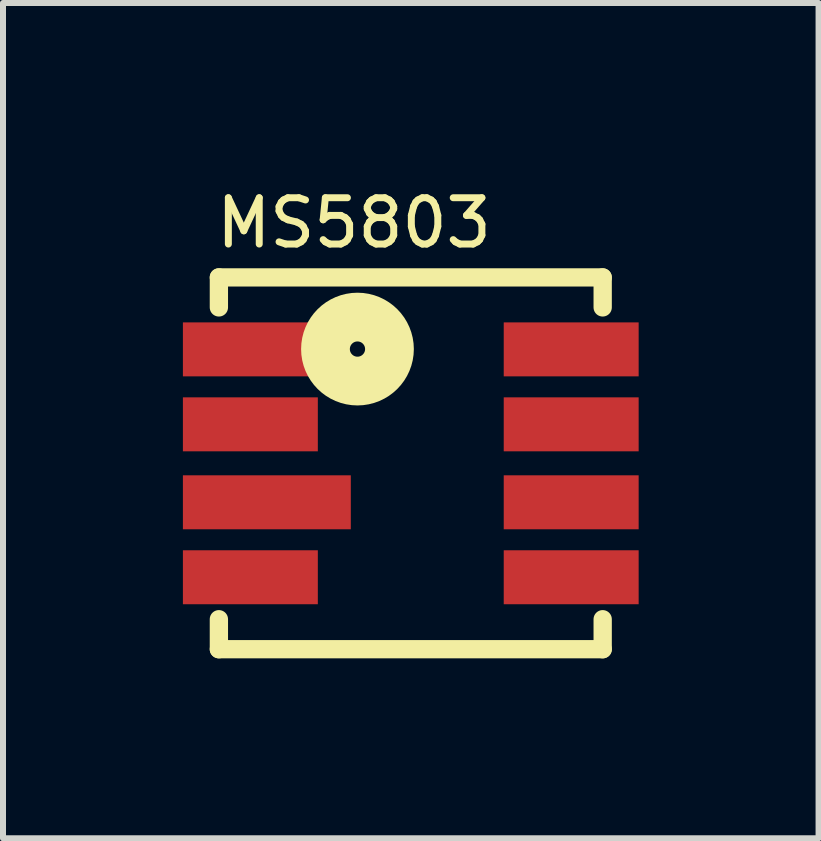
<source format=kicad_pcb>
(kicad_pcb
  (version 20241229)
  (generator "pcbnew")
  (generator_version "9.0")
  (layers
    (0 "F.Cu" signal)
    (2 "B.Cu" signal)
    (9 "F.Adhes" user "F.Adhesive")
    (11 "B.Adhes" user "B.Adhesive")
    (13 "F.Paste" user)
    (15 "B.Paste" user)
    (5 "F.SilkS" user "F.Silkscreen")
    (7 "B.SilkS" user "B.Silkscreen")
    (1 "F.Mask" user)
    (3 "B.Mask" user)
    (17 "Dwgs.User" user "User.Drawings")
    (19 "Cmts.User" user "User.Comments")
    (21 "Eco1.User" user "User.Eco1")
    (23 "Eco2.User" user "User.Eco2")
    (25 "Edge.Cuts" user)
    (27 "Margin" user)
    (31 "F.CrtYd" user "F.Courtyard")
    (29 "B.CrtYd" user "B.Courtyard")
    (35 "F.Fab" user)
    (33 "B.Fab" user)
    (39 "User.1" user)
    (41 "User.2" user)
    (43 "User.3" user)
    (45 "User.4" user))
  (footprint "MS5803"
    (layer "F.Cu")
    (at 3.8 4.676)
    (property "Reference" "MS5803" (at -3.302 -3.556 180) (layer "F.SilkS") (effects (font (size 0.772 0.772) (thickness 0.116)) (justify left bottom)))
    (attr through_hole)
    (fp_line (start -3.2 -3.1) (end -3.2 -2.6) (stroke (width 0.305) (type solid)) (layer "F.SilkS"))
    (fp_line (start -3.2 -3.1) (end 3.2 -3.1) (stroke (width 0.305) (type solid)) (layer "F.SilkS"))
    (fp_line (start -3.2 3.1) (end -3.2 2.6) (stroke (width 0.305) (type solid)) (layer "F.SilkS"))
    (fp_line (start 3.2 -3.1) (end 3.2 -2.6) (stroke (width 0.305) (type solid)) (layer "F.SilkS"))
    (fp_line (start 3.2 3.1) (end -3.2 3.1) (stroke (width 0.305) (type solid)) (layer "F.SilkS"))
    (fp_line (start 3.2 3.1) (end 3.2 2.6) (stroke (width 0.305) (type solid)) (layer "F.SilkS"))
    (fp_circle (center -0.889 -1.905) (end -0.762 -1.905) (stroke (width 0.813) (type solid)) (fill no) (layer "F.SilkS"))
    (pad "1" smd rect (at -2.675 -1.9 90) (size 0.9 2.25) (layers "F.Cu" "F.Mask" "F.Paste"))
    (pad "2" smd rect (at -2.675 -0.65 90) (size 0.9 2.25) (layers "F.Cu" "F.Mask" "F.Paste"))
    (pad "3" smd rect (at -2.4 0.65 90) (size 0.9 2.8) (layers "F.Cu" "F.Mask" "F.Paste"))
    (pad "4" smd rect (at -2.675 1.9 90) (size 0.9 2.25) (layers "F.Cu" "F.Mask" "F.Paste"))
    (pad "5" smd rect (at 2.675 1.9 90) (size 0.9 2.25) (layers "F.Cu" "F.Mask" "F.Paste"))
    (pad "6" smd rect (at 2.675 0.65 90) (size 0.9 2.25) (layers "F.Cu" "F.Mask" "F.Paste"))
    (pad "7" smd rect (at 2.675 -0.65 90) (size 0.9 2.25) (layers "F.Cu" "F.Mask" "F.Paste"))
    (pad "8" smd rect (at 2.675 -1.9 90) (size 0.9 2.25) (layers "F.Cu" "F.Mask" "F.Paste")))
  (gr_rect
    (start -3 -3)
    (end 10.6 10.928)
    (stroke (width 0.1) (type default))
    (fill no)
    (layer "Edge.Cuts")))
</source>
